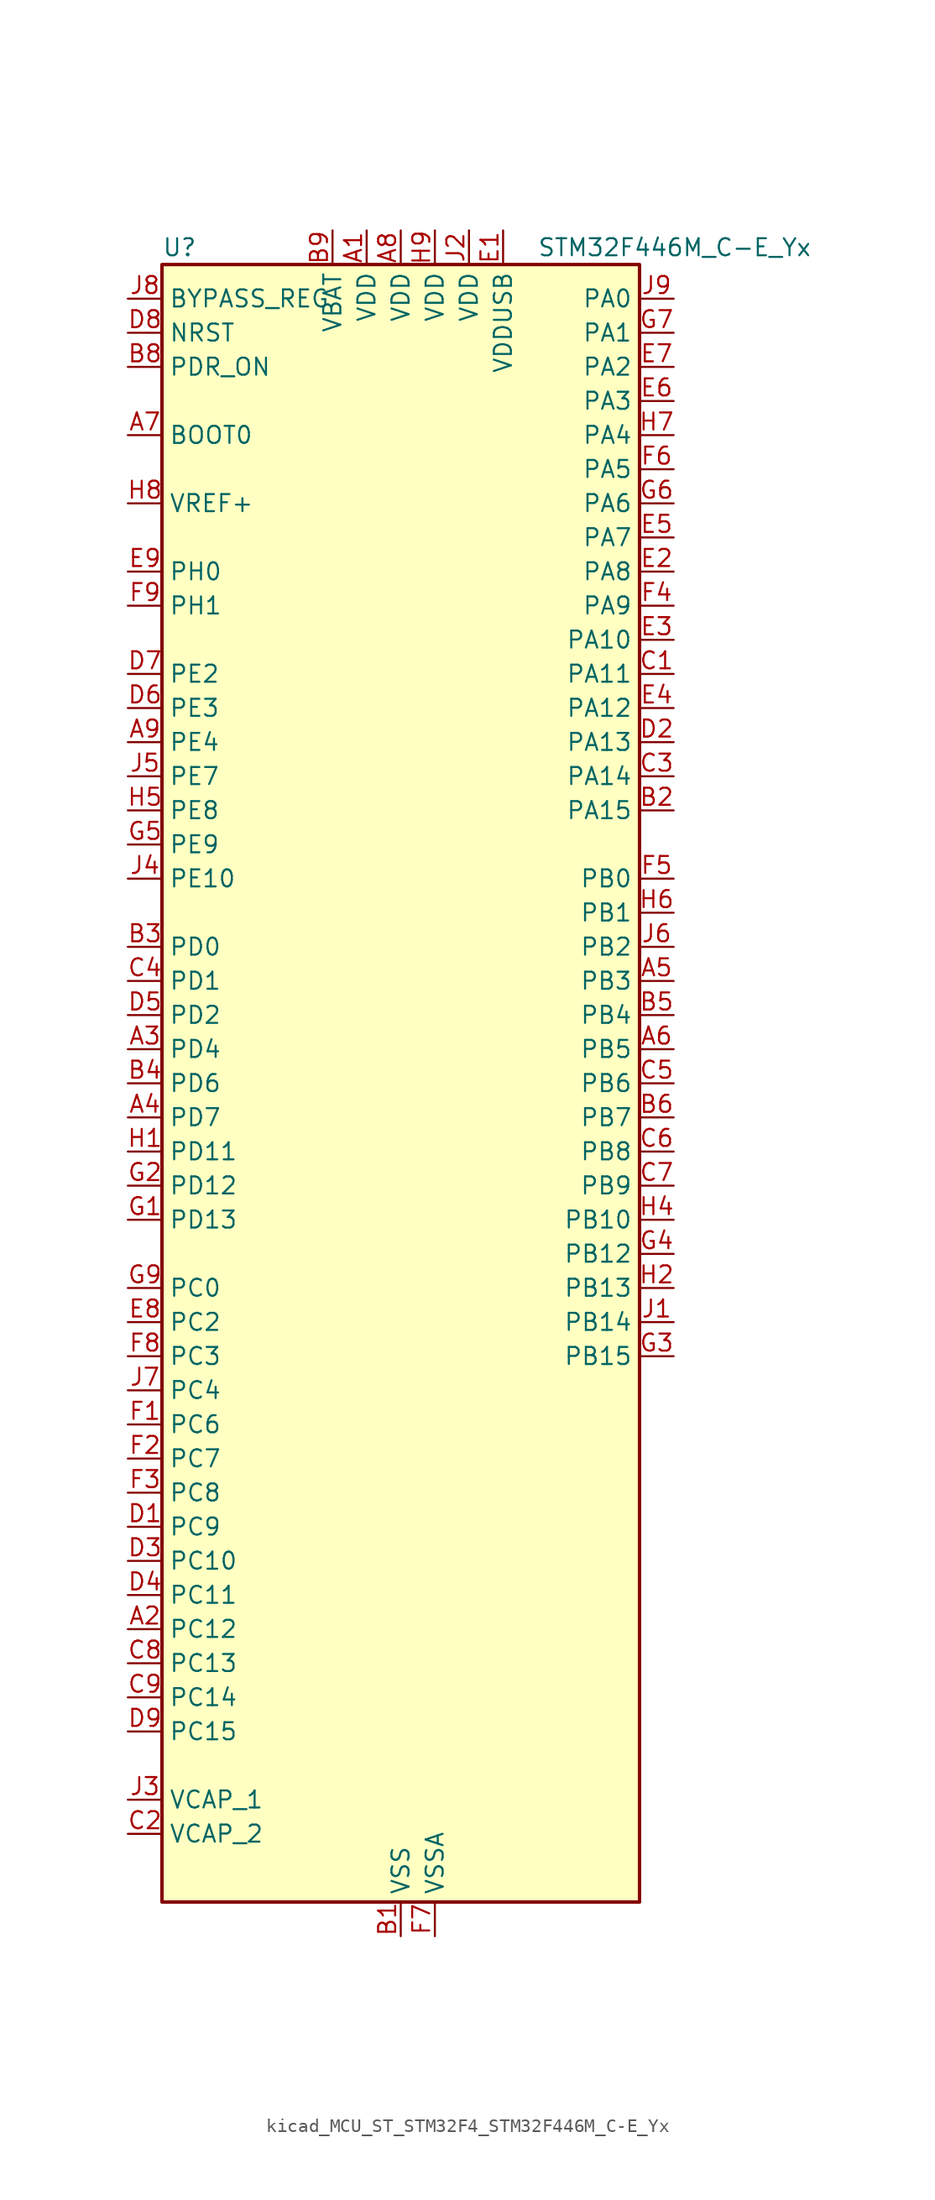
<source format=kicad_sym>
(kicad_symbol_lib
  (version 20220914)
  (generator kicad_symbol_editor)
  (symbol "kicad_MCU_ST_STM32F4_STM32F446M_C-E_Yx"
    (property "Reference" "U"
      (at -17.78 62.23 0)
      (effects (font (size 1.27 1.27)) (justify left)))
    (property "Value" "STM32F446M_C-E_Yx"
      (at 10.16 62.23 0)
      (effects (font (size 1.27 1.27)) (justify left)))
    (property "ki_locked" ""
      (at 0 0 0)
      (effects (font (size 1.27 1.27))))
    (symbol "kicad_MCU_ST_STM32F4_STM32F446M_C-E_Yx_0_1"
      (rectangle (start -17.78 -60.96) (end 17.78 60.96) (stroke (width 0.254) (type default)) (fill (type background))))
    (symbol "kicad_MCU_ST_STM32F4_STM32F446M_C-E_Yx_1_1"
      (pin power_in line (at -2.54 63.5 270) (length 2.54) (name "VDD" (effects (font (size 1.27 1.27)))) (number "A1" (effects (font (size 1.27 1.27)))))
      (pin bidirectional line (at -20.32 -40.64 0) (length 2.54) (name "PC12" (effects (font (size 1.27 1.27)))) (number "A2" (effects (font (size 1.27 1.27)))) (alternate "DCMI_D9" bidirectional line) (alternate "I2C2_SDA" bidirectional line) (alternate "I2S3_SD" bidirectional line) (alternate "SDIO_CK" bidirectional line) (alternate "SPI3_MOSI" bidirectional line) (alternate "UART5_TX" bidirectional line) (alternate "USART3_CK" bidirectional line))
      (pin bidirectional line (at -20.32 2.54 0) (length 2.54) (name "PD4" (effects (font (size 1.27 1.27)))) (number "A3" (effects (font (size 1.27 1.27)))) (alternate "USART2_RTS" bidirectional line))
      (pin bidirectional line (at -20.32 -2.54 0) (length 2.54) (name "PD7" (effects (font (size 1.27 1.27)))) (number "A4" (effects (font (size 1.27 1.27)))) (alternate "SPDIFRX_IN0" bidirectional line) (alternate "USART2_CK" bidirectional line))
      (pin bidirectional line (at 20.32 7.62 180) (length 2.54) (name "PB3" (effects (font (size 1.27 1.27)))) (number "A5" (effects (font (size 1.27 1.27)))) (alternate "I2C2_SDA" bidirectional line) (alternate "I2S1_CK" bidirectional line) (alternate "I2S3_CK" bidirectional line) (alternate "SPI1_SCK" bidirectional line) (alternate "SPI3_SCK" bidirectional line) (alternate "SYS_JTDO-SWO" bidirectional line) (alternate "TIM2_CH2" bidirectional line))
      (pin bidirectional line (at 20.32 2.54 180) (length 2.54) (name "PB5" (effects (font (size 1.27 1.27)))) (number "A6" (effects (font (size 1.27 1.27)))) (alternate "CAN2_RX" bidirectional line) (alternate "DCMI_D10" bidirectional line) (alternate "I2C1_SMBA" bidirectional line) (alternate "I2S1_SD" bidirectional line) (alternate "I2S3_SD" bidirectional line) (alternate "SPI1_MOSI" bidirectional line) (alternate "SPI3_MOSI" bidirectional line) (alternate "TIM3_CH2" bidirectional line) (alternate "USB_OTG_HS_ULPI_D7" bidirectional line))
      (pin input line (at -20.32 48.26 0) (length 2.54) (name "BOOT0" (effects (font (size 1.27 1.27)))) (number "A7" (effects (font (size 1.27 1.27)))))
      (pin power_in line (at 0 63.5 270) (length 2.54) (name "VDD" (effects (font (size 1.27 1.27)))) (number "A8" (effects (font (size 1.27 1.27)))))
      (pin bidirectional line (at -20.32 25.4 0) (length 2.54) (name "PE4" (effects (font (size 1.27 1.27)))) (number "A9" (effects (font (size 1.27 1.27)))) (alternate "DCMI_D4" bidirectional line) (alternate "SAI1_FS_A" bidirectional line) (alternate "SPI4_NSS" bidirectional line) (alternate "SYS_TRACED1" bidirectional line))
      (pin power_in line (at 0 -63.5 90) (length 2.54) (name "VSS" (effects (font (size 1.27 1.27)))) (number "B1" (effects (font (size 1.27 1.27)))))
      (pin bidirectional line (at 20.32 20.32 180) (length 2.54) (name "PA15" (effects (font (size 1.27 1.27)))) (number "B2" (effects (font (size 1.27 1.27)))) (alternate "ADC1_EXTI15" bidirectional line) (alternate "ADC2_EXTI15" bidirectional line) (alternate "ADC3_EXTI15" bidirectional line) (alternate "CEC" bidirectional line) (alternate "I2S1_WS" bidirectional line) (alternate "I2S3_WS" bidirectional line) (alternate "SPI1_NSS" bidirectional line) (alternate "SPI3_NSS" bidirectional line) (alternate "SYS_JTDI" bidirectional line) (alternate "TIM2_CH1" bidirectional line) (alternate "TIM2_ETR" bidirectional line) (alternate "UART4_RTS" bidirectional line))
      (pin bidirectional line (at -20.32 10.16 0) (length 2.54) (name "PD0" (effects (font (size 1.27 1.27)))) (number "B3" (effects (font (size 1.27 1.27)))) (alternate "CAN1_RX" bidirectional line) (alternate "I2S3_SD" bidirectional line) (alternate "SPI3_MOSI" bidirectional line) (alternate "SPI4_MISO" bidirectional line))
      (pin bidirectional line (at -20.32 0 0) (length 2.54) (name "PD6" (effects (font (size 1.27 1.27)))) (number "B4" (effects (font (size 1.27 1.27)))) (alternate "DCMI_D10" bidirectional line) (alternate "I2S3_SD" bidirectional line) (alternate "SAI1_SD_A" bidirectional line) (alternate "SPI3_MOSI" bidirectional line) (alternate "USART2_RX" bidirectional line))
      (pin bidirectional line (at 20.32 5.08 180) (length 2.54) (name "PB4" (effects (font (size 1.27 1.27)))) (number "B5" (effects (font (size 1.27 1.27)))) (alternate "I2C3_SDA" bidirectional line) (alternate "I2S2_WS" bidirectional line) (alternate "SPI1_MISO" bidirectional line) (alternate "SPI2_NSS" bidirectional line) (alternate "SPI3_MISO" bidirectional line) (alternate "SYS_JTRST" bidirectional line) (alternate "TIM3_CH1" bidirectional line))
      (pin bidirectional line (at 20.32 -2.54 180) (length 2.54) (name "PB7" (effects (font (size 1.27 1.27)))) (number "B6" (effects (font (size 1.27 1.27)))) (alternate "DCMI_VSYNC" bidirectional line) (alternate "I2C1_SDA" bidirectional line) (alternate "SPDIFRX_IN0" bidirectional line) (alternate "TIM4_CH2" bidirectional line) (alternate "USART1_RX" bidirectional line))
      (pin passive line (at 0 -63.5 90) (length 2.54) hide (name "VSS" (effects (font (size 1.27 1.27)))) (number "B7" (effects (font (size 1.27 1.27)))))
      (pin input line (at -20.32 53.34 0) (length 2.54) (name "PDR_ON" (effects (font (size 1.27 1.27)))) (number "B8" (effects (font (size 1.27 1.27)))))
      (pin power_in line (at -5.08 63.5 270) (length 2.54) (name "VBAT" (effects (font (size 1.27 1.27)))) (number "B9" (effects (font (size 1.27 1.27)))))
      (pin bidirectional line (at 20.32 30.48 180) (length 2.54) (name "PA11" (effects (font (size 1.27 1.27)))) (number "C1" (effects (font (size 1.27 1.27)))) (alternate "ADC1_EXTI11" bidirectional line) (alternate "ADC2_EXTI11" bidirectional line) (alternate "ADC3_EXTI11" bidirectional line) (alternate "CAN1_RX" bidirectional line) (alternate "TIM1_CH4" bidirectional line) (alternate "USART1_CTS" bidirectional line) (alternate "USB_OTG_FS_DM" bidirectional line))
      (pin power_out line (at -20.32 -55.88 0) (length 2.54) (name "VCAP_2" (effects (font (size 1.27 1.27)))) (number "C2" (effects (font (size 1.27 1.27)))))
      (pin bidirectional line (at 20.32 22.86 180) (length 2.54) (name "PA14" (effects (font (size 1.27 1.27)))) (number "C3" (effects (font (size 1.27 1.27)))) (alternate "SYS_JTCK-SWCLK" bidirectional line))
      (pin bidirectional line (at -20.32 7.62 0) (length 2.54) (name "PD1" (effects (font (size 1.27 1.27)))) (number "C4" (effects (font (size 1.27 1.27)))) (alternate "CAN1_TX" bidirectional line) (alternate "I2S2_WS" bidirectional line) (alternate "SPI2_NSS" bidirectional line))
      (pin bidirectional line (at 20.32 0 180) (length 2.54) (name "PB6" (effects (font (size 1.27 1.27)))) (number "C5" (effects (font (size 1.27 1.27)))) (alternate "CAN2_TX" bidirectional line) (alternate "CEC" bidirectional line) (alternate "DCMI_D5" bidirectional line) (alternate "I2C1_SCL" bidirectional line) (alternate "QUADSPI_BK1_NCS" bidirectional line) (alternate "TIM4_CH1" bidirectional line) (alternate "USART1_TX" bidirectional line))
      (pin bidirectional line (at 20.32 -5.08 180) (length 2.54) (name "PB8" (effects (font (size 1.27 1.27)))) (number "C6" (effects (font (size 1.27 1.27)))) (alternate "CAN1_RX" bidirectional line) (alternate "DCMI_D6" bidirectional line) (alternate "I2C1_SCL" bidirectional line) (alternate "SDIO_D4" bidirectional line) (alternate "TIM10_CH1" bidirectional line) (alternate "TIM2_CH1" bidirectional line) (alternate "TIM2_ETR" bidirectional line) (alternate "TIM4_CH3" bidirectional line))
      (pin bidirectional line (at 20.32 -7.62 180) (length 2.54) (name "PB9" (effects (font (size 1.27 1.27)))) (number "C7" (effects (font (size 1.27 1.27)))) (alternate "CAN1_TX" bidirectional line) (alternate "DAC_EXTI9" bidirectional line) (alternate "DCMI_D7" bidirectional line) (alternate "I2C1_SDA" bidirectional line) (alternate "I2S2_WS" bidirectional line) (alternate "SAI1_FS_B" bidirectional line) (alternate "SDIO_D5" bidirectional line) (alternate "SPI2_NSS" bidirectional line) (alternate "TIM11_CH1" bidirectional line) (alternate "TIM2_CH2" bidirectional line) (alternate "TIM4_CH4" bidirectional line))
      (pin bidirectional line (at -20.32 -43.18 0) (length 2.54) (name "PC13" (effects (font (size 1.27 1.27)))) (number "C8" (effects (font (size 1.27 1.27)))) (alternate "RTC_AF1" bidirectional line) (alternate "SYS_WKUP1" bidirectional line))
      (pin bidirectional line (at -20.32 -45.72 0) (length 2.54) (name "PC14" (effects (font (size 1.27 1.27)))) (number "C9" (effects (font (size 1.27 1.27)))) (alternate "RCC_OSC32_IN" bidirectional line))
      (pin bidirectional line (at -20.32 -33.02 0) (length 2.54) (name "PC9" (effects (font (size 1.27 1.27)))) (number "D1" (effects (font (size 1.27 1.27)))) (alternate "DAC_EXTI9" bidirectional line) (alternate "DCMI_D3" bidirectional line) (alternate "I2C3_SDA" bidirectional line) (alternate "I2S_CKIN" bidirectional line) (alternate "QUADSPI_BK1_IO0" bidirectional line) (alternate "RCC_MCO_2" bidirectional line) (alternate "SDIO_D1" bidirectional line) (alternate "TIM3_CH4" bidirectional line) (alternate "TIM8_CH4" bidirectional line) (alternate "UART5_CTS" bidirectional line))
      (pin bidirectional line (at 20.32 25.4 180) (length 2.54) (name "PA13" (effects (font (size 1.27 1.27)))) (number "D2" (effects (font (size 1.27 1.27)))) (alternate "SYS_JTMS-SWDIO" bidirectional line))
      (pin bidirectional line (at -20.32 -35.56 0) (length 2.54) (name "PC10" (effects (font (size 1.27 1.27)))) (number "D3" (effects (font (size 1.27 1.27)))) (alternate "DCMI_D8" bidirectional line) (alternate "I2S3_CK" bidirectional line) (alternate "QUADSPI_BK1_IO1" bidirectional line) (alternate "SDIO_D2" bidirectional line) (alternate "SPI3_SCK" bidirectional line) (alternate "UART4_TX" bidirectional line) (alternate "USART3_TX" bidirectional line))
      (pin bidirectional line (at -20.32 -38.1 0) (length 2.54) (name "PC11" (effects (font (size 1.27 1.27)))) (number "D4" (effects (font (size 1.27 1.27)))) (alternate "ADC1_EXTI11" bidirectional line) (alternate "ADC2_EXTI11" bidirectional line) (alternate "ADC3_EXTI11" bidirectional line) (alternate "DCMI_D4" bidirectional line) (alternate "QUADSPI_BK2_NCS" bidirectional line) (alternate "SDIO_D3" bidirectional line) (alternate "SPI3_MISO" bidirectional line) (alternate "UART4_RX" bidirectional line) (alternate "USART3_RX" bidirectional line))
      (pin bidirectional line (at -20.32 5.08 0) (length 2.54) (name "PD2" (effects (font (size 1.27 1.27)))) (number "D5" (effects (font (size 1.27 1.27)))) (alternate "DCMI_D11" bidirectional line) (alternate "SDIO_CMD" bidirectional line) (alternate "TIM3_ETR" bidirectional line) (alternate "UART5_RX" bidirectional line))
      (pin bidirectional line (at -20.32 27.94 0) (length 2.54) (name "PE3" (effects (font (size 1.27 1.27)))) (number "D6" (effects (font (size 1.27 1.27)))) (alternate "SAI1_SD_B" bidirectional line) (alternate "SYS_TRACED0" bidirectional line))
      (pin bidirectional line (at -20.32 30.48 0) (length 2.54) (name "PE2" (effects (font (size 1.27 1.27)))) (number "D7" (effects (font (size 1.27 1.27)))) (alternate "QUADSPI_BK1_IO2" bidirectional line) (alternate "SAI1_MCLK_A" bidirectional line) (alternate "SPI4_SCK" bidirectional line) (alternate "SYS_TRACECLK" bidirectional line))
      (pin input line (at -20.32 55.88 0) (length 2.54) (name "NRST" (effects (font (size 1.27 1.27)))) (number "D8" (effects (font (size 1.27 1.27)))))
      (pin bidirectional line (at -20.32 -48.26 0) (length 2.54) (name "PC15" (effects (font (size 1.27 1.27)))) (number "D9" (effects (font (size 1.27 1.27)))) (alternate "ADC1_EXTI15" bidirectional line) (alternate "ADC2_EXTI15" bidirectional line) (alternate "ADC3_EXTI15" bidirectional line) (alternate "RCC_OSC32_OUT" bidirectional line))
      (pin power_in line (at 7.62 63.5 270) (length 2.54) (name "VDDUSB" (effects (font (size 1.27 1.27)))) (number "E1" (effects (font (size 1.27 1.27)))))
      (pin bidirectional line (at 20.32 38.1 180) (length 2.54) (name "PA8" (effects (font (size 1.27 1.27)))) (number "E2" (effects (font (size 1.27 1.27)))) (alternate "I2C3_SCL" bidirectional line) (alternate "RCC_MCO_1" bidirectional line) (alternate "TIM1_CH1" bidirectional line) (alternate "USART1_CK" bidirectional line) (alternate "USB_OTG_FS_SOF" bidirectional line))
      (pin bidirectional line (at 20.32 33.02 180) (length 2.54) (name "PA10" (effects (font (size 1.27 1.27)))) (number "E3" (effects (font (size 1.27 1.27)))) (alternate "DCMI_D1" bidirectional line) (alternate "TIM1_CH3" bidirectional line) (alternate "USART1_RX" bidirectional line) (alternate "USB_OTG_FS_ID" bidirectional line))
      (pin bidirectional line (at 20.32 27.94 180) (length 2.54) (name "PA12" (effects (font (size 1.27 1.27)))) (number "E4" (effects (font (size 1.27 1.27)))) (alternate "CAN1_TX" bidirectional line) (alternate "SAI2_FS_B" bidirectional line) (alternate "TIM1_ETR" bidirectional line) (alternate "USART1_RTS" bidirectional line) (alternate "USB_OTG_FS_DP" bidirectional line))
      (pin bidirectional line (at 20.32 40.64 180) (length 2.54) (name "PA7" (effects (font (size 1.27 1.27)))) (number "E5" (effects (font (size 1.27 1.27)))) (alternate "ADC1_IN7" bidirectional line) (alternate "ADC2_IN7" bidirectional line) (alternate "I2S1_SD" bidirectional line) (alternate "SPI1_MOSI" bidirectional line) (alternate "TIM14_CH1" bidirectional line) (alternate "TIM1_CH1N" bidirectional line) (alternate "TIM3_CH2" bidirectional line) (alternate "TIM8_CH1N" bidirectional line))
      (pin bidirectional line (at 20.32 50.8 180) (length 2.54) (name "PA3" (effects (font (size 1.27 1.27)))) (number "E6" (effects (font (size 1.27 1.27)))) (alternate "ADC1_IN3" bidirectional line) (alternate "ADC2_IN3" bidirectional line) (alternate "ADC3_IN3" bidirectional line) (alternate "SAI1_FS_A" bidirectional line) (alternate "TIM2_CH4" bidirectional line) (alternate "TIM5_CH4" bidirectional line) (alternate "TIM9_CH2" bidirectional line) (alternate "USART2_RX" bidirectional line) (alternate "USB_OTG_HS_ULPI_D0" bidirectional line))
      (pin bidirectional line (at 20.32 53.34 180) (length 2.54) (name "PA2" (effects (font (size 1.27 1.27)))) (number "E7" (effects (font (size 1.27 1.27)))) (alternate "ADC1_IN2" bidirectional line) (alternate "ADC2_IN2" bidirectional line) (alternate "ADC3_IN2" bidirectional line) (alternate "SAI2_SCK_B" bidirectional line) (alternate "TIM2_CH3" bidirectional line) (alternate "TIM5_CH3" bidirectional line) (alternate "TIM9_CH1" bidirectional line) (alternate "USART2_TX" bidirectional line))
      (pin bidirectional line (at -20.32 -17.78 0) (length 2.54) (name "PC2" (effects (font (size 1.27 1.27)))) (number "E8" (effects (font (size 1.27 1.27)))) (alternate "ADC1_IN12" bidirectional line) (alternate "ADC2_IN12" bidirectional line) (alternate "ADC3_IN12" bidirectional line) (alternate "SPI2_MISO" bidirectional line) (alternate "USB_OTG_HS_ULPI_DIR" bidirectional line))
      (pin bidirectional line (at -20.32 38.1 0) (length 2.54) (name "PH0" (effects (font (size 1.27 1.27)))) (number "E9" (effects (font (size 1.27 1.27)))) (alternate "RCC_OSC_IN" bidirectional line))
      (pin bidirectional line (at -20.32 -25.4 0) (length 2.54) (name "PC6" (effects (font (size 1.27 1.27)))) (number "F1" (effects (font (size 1.27 1.27)))) (alternate "DCMI_D0" bidirectional line) (alternate "FMPI2C1_SCL" bidirectional line) (alternate "I2S2_MCK" bidirectional line) (alternate "SDIO_D6" bidirectional line) (alternate "TIM3_CH1" bidirectional line) (alternate "TIM8_CH1" bidirectional line) (alternate "USART6_TX" bidirectional line))
      (pin bidirectional line (at -20.32 -27.94 0) (length 2.54) (name "PC7" (effects (font (size 1.27 1.27)))) (number "F2" (effects (font (size 1.27 1.27)))) (alternate "DCMI_D1" bidirectional line) (alternate "FMPI2C1_SDA" bidirectional line) (alternate "I2S2_CK" bidirectional line) (alternate "I2S3_MCK" bidirectional line) (alternate "SDIO_D7" bidirectional line) (alternate "SPDIFRX_IN1" bidirectional line) (alternate "SPI2_SCK" bidirectional line) (alternate "TIM3_CH2" bidirectional line) (alternate "TIM8_CH2" bidirectional line) (alternate "USART6_RX" bidirectional line))
      (pin bidirectional line (at -20.32 -30.48 0) (length 2.54) (name "PC8" (effects (font (size 1.27 1.27)))) (number "F3" (effects (font (size 1.27 1.27)))) (alternate "DCMI_D2" bidirectional line) (alternate "SDIO_D0" bidirectional line) (alternate "SYS_TRACED0" bidirectional line) (alternate "TIM3_CH3" bidirectional line) (alternate "TIM8_CH3" bidirectional line) (alternate "UART5_RTS" bidirectional line) (alternate "USART6_CK" bidirectional line))
      (pin bidirectional line (at 20.32 35.56 180) (length 2.54) (name "PA9" (effects (font (size 1.27 1.27)))) (number "F4" (effects (font (size 1.27 1.27)))) (alternate "DAC_EXTI9" bidirectional line) (alternate "DCMI_D0" bidirectional line) (alternate "I2C3_SMBA" bidirectional line) (alternate "I2S2_CK" bidirectional line) (alternate "SAI1_SD_B" bidirectional line) (alternate "SPI2_SCK" bidirectional line) (alternate "TIM1_CH2" bidirectional line) (alternate "USART1_TX" bidirectional line) (alternate "USB_OTG_FS_VBUS" bidirectional line))
      (pin bidirectional line (at 20.32 15.24 180) (length 2.54) (name "PB0" (effects (font (size 1.27 1.27)))) (number "F5" (effects (font (size 1.27 1.27)))) (alternate "ADC1_IN8" bidirectional line) (alternate "ADC2_IN8" bidirectional line) (alternate "I2S3_SD" bidirectional line) (alternate "SDIO_D1" bidirectional line) (alternate "SPI3_MOSI" bidirectional line) (alternate "TIM1_CH2N" bidirectional line) (alternate "TIM3_CH3" bidirectional line) (alternate "TIM8_CH2N" bidirectional line) (alternate "UART4_CTS" bidirectional line) (alternate "USB_OTG_HS_ULPI_D1" bidirectional line))
      (pin bidirectional line (at 20.32 45.72 180) (length 2.54) (name "PA5" (effects (font (size 1.27 1.27)))) (number "F6" (effects (font (size 1.27 1.27)))) (alternate "ADC1_IN5" bidirectional line) (alternate "ADC2_IN5" bidirectional line) (alternate "DAC_OUT2" bidirectional line) (alternate "I2S1_CK" bidirectional line) (alternate "SPI1_SCK" bidirectional line) (alternate "TIM2_CH1" bidirectional line) (alternate "TIM2_ETR" bidirectional line) (alternate "TIM8_CH1N" bidirectional line) (alternate "USB_OTG_HS_ULPI_CK" bidirectional line))
      (pin power_in line (at 2.54 -63.5 90) (length 2.54) (name "VSSA" (effects (font (size 1.27 1.27)))) (number "F7" (effects (font (size 1.27 1.27)))))
      (pin bidirectional line (at -20.32 -20.32 0) (length 2.54) (name "PC3" (effects (font (size 1.27 1.27)))) (number "F8" (effects (font (size 1.27 1.27)))) (alternate "ADC1_IN13" bidirectional line) (alternate "ADC2_IN13" bidirectional line) (alternate "ADC3_IN13" bidirectional line) (alternate "I2S2_SD" bidirectional line) (alternate "SPI2_MOSI" bidirectional line) (alternate "USB_OTG_HS_ULPI_NXT" bidirectional line))
      (pin bidirectional line (at -20.32 35.56 0) (length 2.54) (name "PH1" (effects (font (size 1.27 1.27)))) (number "F9" (effects (font (size 1.27 1.27)))) (alternate "RCC_OSC_OUT" bidirectional line))
      (pin bidirectional line (at -20.32 -10.16 0) (length 2.54) (name "PD13" (effects (font (size 1.27 1.27)))) (number "G1" (effects (font (size 1.27 1.27)))) (alternate "FMPI2C1_SDA" bidirectional line) (alternate "QUADSPI_BK1_IO3" bidirectional line) (alternate "SAI2_SCK_A" bidirectional line) (alternate "TIM4_CH2" bidirectional line))
      (pin bidirectional line (at -20.32 -7.62 0) (length 2.54) (name "PD12" (effects (font (size 1.27 1.27)))) (number "G2" (effects (font (size 1.27 1.27)))) (alternate "FMPI2C1_SCL" bidirectional line) (alternate "QUADSPI_BK1_IO1" bidirectional line) (alternate "SAI2_FS_A" bidirectional line) (alternate "TIM4_CH1" bidirectional line) (alternate "USART3_RTS" bidirectional line))
      (pin bidirectional line (at 20.32 -20.32 180) (length 2.54) (name "PB15" (effects (font (size 1.27 1.27)))) (number "G3" (effects (font (size 1.27 1.27)))) (alternate "ADC1_EXTI15" bidirectional line) (alternate "ADC2_EXTI15" bidirectional line) (alternate "ADC3_EXTI15" bidirectional line) (alternate "I2S2_SD" bidirectional line) (alternate "RTC_REFIN" bidirectional line) (alternate "SPI2_MOSI" bidirectional line) (alternate "TIM12_CH2" bidirectional line) (alternate "TIM1_CH3N" bidirectional line) (alternate "TIM8_CH3N" bidirectional line) (alternate "USB_OTG_HS_DP" bidirectional line))
      (pin bidirectional line (at 20.32 -12.7 180) (length 2.54) (name "PB12" (effects (font (size 1.27 1.27)))) (number "G4" (effects (font (size 1.27 1.27)))) (alternate "CAN2_RX" bidirectional line) (alternate "I2C2_SMBA" bidirectional line) (alternate "I2S2_WS" bidirectional line) (alternate "SAI1_SCK_B" bidirectional line) (alternate "SPI2_NSS" bidirectional line) (alternate "TIM1_BKIN" bidirectional line) (alternate "USART3_CK" bidirectional line) (alternate "USB_OTG_HS_ID" bidirectional line) (alternate "USB_OTG_HS_ULPI_D5" bidirectional line))
      (pin bidirectional line (at -20.32 17.78 0) (length 2.54) (name "PE9" (effects (font (size 1.27 1.27)))) (number "G5" (effects (font (size 1.27 1.27)))) (alternate "DAC_EXTI9" bidirectional line) (alternate "QUADSPI_BK2_IO2" bidirectional line) (alternate "TIM1_CH1" bidirectional line))
      (pin bidirectional line (at 20.32 43.18 180) (length 2.54) (name "PA6" (effects (font (size 1.27 1.27)))) (number "G6" (effects (font (size 1.27 1.27)))) (alternate "ADC1_IN6" bidirectional line) (alternate "ADC2_IN6" bidirectional line) (alternate "DCMI_PIXCLK" bidirectional line) (alternate "I2S2_MCK" bidirectional line) (alternate "SPI1_MISO" bidirectional line) (alternate "TIM13_CH1" bidirectional line) (alternate "TIM1_BKIN" bidirectional line) (alternate "TIM3_CH1" bidirectional line) (alternate "TIM8_BKIN" bidirectional line))
      (pin bidirectional line (at 20.32 55.88 180) (length 2.54) (name "PA1" (effects (font (size 1.27 1.27)))) (number "G7" (effects (font (size 1.27 1.27)))) (alternate "ADC1_IN1" bidirectional line) (alternate "ADC2_IN1" bidirectional line) (alternate "ADC3_IN1" bidirectional line) (alternate "QUADSPI_BK1_IO3" bidirectional line) (alternate "SAI2_MCLK_B" bidirectional line) (alternate "TIM2_CH2" bidirectional line) (alternate "TIM5_CH2" bidirectional line) (alternate "UART4_RX" bidirectional line) (alternate "USART2_RTS" bidirectional line))
      (pin passive line (at 0 -63.5 90) (length 2.54) hide (name "VSS" (effects (font (size 1.27 1.27)))) (number "G8" (effects (font (size 1.27 1.27)))))
      (pin bidirectional line (at -20.32 -15.24 0) (length 2.54) (name "PC0" (effects (font (size 1.27 1.27)))) (number "G9" (effects (font (size 1.27 1.27)))) (alternate "ADC1_IN10" bidirectional line) (alternate "ADC2_IN10" bidirectional line) (alternate "ADC3_IN10" bidirectional line) (alternate "SAI1_MCLK_B" bidirectional line) (alternate "USB_OTG_HS_ULPI_STP" bidirectional line))
      (pin bidirectional line (at -20.32 -5.08 0) (length 2.54) (name "PD11" (effects (font (size 1.27 1.27)))) (number "H1" (effects (font (size 1.27 1.27)))) (alternate "ADC1_EXTI11" bidirectional line) (alternate "ADC2_EXTI11" bidirectional line) (alternate "ADC3_EXTI11" bidirectional line) (alternate "FMPI2C1_SMBA" bidirectional line) (alternate "QUADSPI_BK1_IO0" bidirectional line) (alternate "SAI2_SD_A" bidirectional line) (alternate "USART3_CTS" bidirectional line))
      (pin bidirectional line (at 20.32 -15.24 180) (length 2.54) (name "PB13" (effects (font (size 1.27 1.27)))) (number "H2" (effects (font (size 1.27 1.27)))) (alternate "CAN2_TX" bidirectional line) (alternate "I2S2_CK" bidirectional line) (alternate "SPI2_SCK" bidirectional line) (alternate "TIM1_CH1N" bidirectional line) (alternate "USART3_CTS" bidirectional line) (alternate "USB_OTG_HS_ULPI_D6" bidirectional line) (alternate "USB_OTG_HS_VBUS" bidirectional line))
      (pin passive line (at 0 -63.5 90) (length 2.54) hide (name "VSS" (effects (font (size 1.27 1.27)))) (number "H3" (effects (font (size 1.27 1.27)))))
      (pin bidirectional line (at 20.32 -10.16 180) (length 2.54) (name "PB10" (effects (font (size 1.27 1.27)))) (number "H4" (effects (font (size 1.27 1.27)))) (alternate "I2C2_SCL" bidirectional line) (alternate "I2S2_CK" bidirectional line) (alternate "SAI1_SCK_A" bidirectional line) (alternate "SPI2_SCK" bidirectional line) (alternate "TIM2_CH3" bidirectional line) (alternate "USART3_TX" bidirectional line) (alternate "USB_OTG_HS_ULPI_D3" bidirectional line))
      (pin bidirectional line (at -20.32 20.32 0) (length 2.54) (name "PE8" (effects (font (size 1.27 1.27)))) (number "H5" (effects (font (size 1.27 1.27)))) (alternate "QUADSPI_BK2_IO1" bidirectional line) (alternate "TIM1_CH1N" bidirectional line) (alternate "UART5_TX" bidirectional line))
      (pin bidirectional line (at 20.32 12.7 180) (length 2.54) (name "PB1" (effects (font (size 1.27 1.27)))) (number "H6" (effects (font (size 1.27 1.27)))) (alternate "ADC1_IN9" bidirectional line) (alternate "ADC2_IN9" bidirectional line) (alternate "SDIO_D2" bidirectional line) (alternate "TIM1_CH3N" bidirectional line) (alternate "TIM3_CH4" bidirectional line) (alternate "TIM8_CH3N" bidirectional line) (alternate "USB_OTG_HS_ULPI_D2" bidirectional line))
      (pin bidirectional line (at 20.32 48.26 180) (length 2.54) (name "PA4" (effects (font (size 1.27 1.27)))) (number "H7" (effects (font (size 1.27 1.27)))) (alternate "ADC1_IN4" bidirectional line) (alternate "ADC2_IN4" bidirectional line) (alternate "DAC_OUT1" bidirectional line) (alternate "DCMI_HSYNC" bidirectional line) (alternate "I2S1_WS" bidirectional line) (alternate "I2S3_WS" bidirectional line) (alternate "SPI1_NSS" bidirectional line) (alternate "SPI3_NSS" bidirectional line) (alternate "USART2_CK" bidirectional line) (alternate "USB_OTG_HS_SOF" bidirectional line))
      (pin input line (at -20.32 43.18 0) (length 2.54) (name "VREF+" (effects (font (size 1.27 1.27)))) (number "H8" (effects (font (size 1.27 1.27)))))
      (pin power_in line (at 2.54 63.5 270) (length 2.54) (name "VDD" (effects (font (size 1.27 1.27)))) (number "H9" (effects (font (size 1.27 1.27)))))
      (pin bidirectional line (at 20.32 -17.78 180) (length 2.54) (name "PB14" (effects (font (size 1.27 1.27)))) (number "J1" (effects (font (size 1.27 1.27)))) (alternate "SPI2_MISO" bidirectional line) (alternate "TIM12_CH1" bidirectional line) (alternate "TIM1_CH2N" bidirectional line) (alternate "TIM8_CH2N" bidirectional line) (alternate "USART3_RTS" bidirectional line) (alternate "USB_OTG_HS_DM" bidirectional line))
      (pin power_in line (at 5.08 63.5 270) (length 2.54) (name "VDD" (effects (font (size 1.27 1.27)))) (number "J2" (effects (font (size 1.27 1.27)))))
      (pin power_out line (at -20.32 -53.34 0) (length 2.54) (name "VCAP_1" (effects (font (size 1.27 1.27)))) (number "J3" (effects (font (size 1.27 1.27)))))
      (pin bidirectional line (at -20.32 15.24 0) (length 2.54) (name "PE10" (effects (font (size 1.27 1.27)))) (number "J4" (effects (font (size 1.27 1.27)))) (alternate "QUADSPI_BK2_IO3" bidirectional line) (alternate "TIM1_CH2N" bidirectional line))
      (pin bidirectional line (at -20.32 22.86 0) (length 2.54) (name "PE7" (effects (font (size 1.27 1.27)))) (number "J5" (effects (font (size 1.27 1.27)))) (alternate "QUADSPI_BK2_IO0" bidirectional line) (alternate "TIM1_ETR" bidirectional line) (alternate "UART5_RX" bidirectional line))
      (pin bidirectional line (at 20.32 10.16 180) (length 2.54) (name "PB2" (effects (font (size 1.27 1.27)))) (number "J6" (effects (font (size 1.27 1.27)))) (alternate "I2S3_SD" bidirectional line) (alternate "QUADSPI_CLK" bidirectional line) (alternate "SAI1_SD_A" bidirectional line) (alternate "SDIO_CK" bidirectional line) (alternate "SPI3_MOSI" bidirectional line) (alternate "TIM2_CH4" bidirectional line) (alternate "USB_OTG_HS_ULPI_D4" bidirectional line))
      (pin bidirectional line (at -20.32 -22.86 0) (length 2.54) (name "PC4" (effects (font (size 1.27 1.27)))) (number "J7" (effects (font (size 1.27 1.27)))) (alternate "ADC1_IN14" bidirectional line) (alternate "ADC2_IN14" bidirectional line) (alternate "I2S1_MCK" bidirectional line) (alternate "SPDIFRX_IN2" bidirectional line))
      (pin input line (at -20.32 58.42 0) (length 2.54) (name "BYPASS_REG" (effects (font (size 1.27 1.27)))) (number "J8" (effects (font (size 1.27 1.27)))))
      (pin bidirectional line (at 20.32 58.42 180) (length 2.54) (name "PA0" (effects (font (size 1.27 1.27)))) (number "J9" (effects (font (size 1.27 1.27)))) (alternate "ADC1_IN0" bidirectional line) (alternate "ADC2_IN0" bidirectional line) (alternate "ADC3_IN0" bidirectional line) (alternate "RTC_AF2" bidirectional line) (alternate "SYS_WKUP0" bidirectional line) (alternate "TIM2_CH1" bidirectional line) (alternate "TIM2_ETR" bidirectional line) (alternate "TIM5_CH1" bidirectional line) (alternate "TIM8_ETR" bidirectional line) (alternate "UART4_TX" bidirectional line) (alternate "USART2_CTS" bidirectional line)))))
</source>
